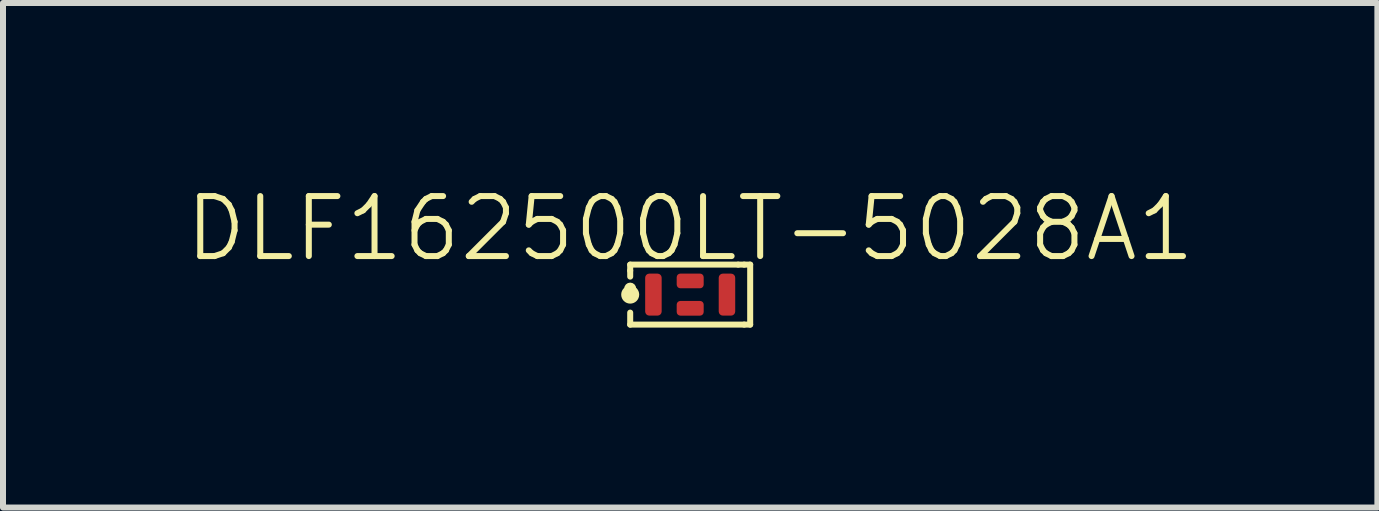
<source format=kicad_pcb>
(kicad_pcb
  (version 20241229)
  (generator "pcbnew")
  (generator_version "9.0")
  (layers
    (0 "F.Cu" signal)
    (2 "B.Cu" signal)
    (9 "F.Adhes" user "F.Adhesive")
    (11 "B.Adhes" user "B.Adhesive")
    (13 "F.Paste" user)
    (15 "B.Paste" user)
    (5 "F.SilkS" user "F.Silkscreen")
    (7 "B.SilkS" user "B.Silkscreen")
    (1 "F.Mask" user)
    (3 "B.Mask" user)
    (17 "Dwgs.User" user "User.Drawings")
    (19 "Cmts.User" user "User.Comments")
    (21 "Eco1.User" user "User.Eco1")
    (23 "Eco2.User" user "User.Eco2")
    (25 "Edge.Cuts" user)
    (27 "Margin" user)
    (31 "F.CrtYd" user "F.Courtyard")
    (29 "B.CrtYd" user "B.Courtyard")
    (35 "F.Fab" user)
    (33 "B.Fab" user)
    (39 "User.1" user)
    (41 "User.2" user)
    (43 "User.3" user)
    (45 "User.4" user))
  (footprint "DLF162500LT-5028A1"
    (layer "F.Cu")
    (at 8.455 1.861)
    (property "Reference" "DLF162500LT-5028A1" (at 0 -1.1 0) (unlocked yes) (layer "F.SilkS") (effects (font (size 1 1) (thickness 0.1))))
    (attr smd)
    (fp_line (start -1 -0.5) (end 0.8 -0.5) (stroke (width 0.1) (type default)) (layer "F.SilkS"))
    (fp_line (start -1 -0.4) (end -1 -0.5) (stroke (width 0.1) (type default)) (layer "F.SilkS"))
    (fp_line (start -1 -0.3) (end -1 -0.4) (stroke (width 0.1) (type default)) (layer "F.SilkS"))
    (fp_line (start -1 0.5) (end -1 0.3) (stroke (width 0.1) (type default)) (layer "F.SilkS"))
    (fp_line (start 0.8 -0.5) (end 0.9 -0.5) (stroke (width 0.1) (type default)) (layer "F.SilkS"))
    (fp_line (start 0.9 -0.5) (end 1 -0.5) (stroke (width 0.1) (type default)) (layer "F.SilkS"))
    (fp_line (start 0.9 0.5) (end -1 0.5) (stroke (width 0.1) (type default)) (layer "F.SilkS"))
    (fp_line (start 0.9 0.5) (end 1 0.5) (stroke (width 0.1) (type default)) (layer "F.SilkS"))
    (fp_line (start 1 -0.5) (end 1 0.5) (stroke (width 0.1) (type default)) (layer "F.SilkS"))
    (fp_circle (center -1 -0.1) (end -1 -0.1) (stroke (width 0.1) (type default)) (fill no) (layer "F.SilkS"))
    (fp_circle (center -1 0) (end -0.9 0) (stroke (width 0.1) (type solid)) (fill yes) (layer "F.SilkS"))
    (pad "1" smd roundrect (at -0.613 0) (size 0.275 0.7) (layers "F.Cu" "F.Mask" "F.Paste") (roundrect_rratio 0.25))
    (pad "2" smd roundrect (at 0 0.228) (size 0.45 0.245) (layers "F.Cu" "F.Mask" "F.Paste") (roundrect_rratio 0.25))
    (pad "3" smd roundrect (at 0.613 0) (size 0.275 0.7) (layers "F.Cu" "F.Mask" "F.Paste") (roundrect_rratio 0.25))
    (pad "4" smd roundrect (at 0 -0.228) (size 0.45 0.245) (layers "F.Cu" "F.Mask" "F.Paste") (roundrect_rratio 0.25)))
  (gr_rect
    (start -3 -3)
    (end 19.91 5.41)
    (stroke (width 0.1) (type default))
    (fill no)
    (layer "Edge.Cuts")))
</source>
